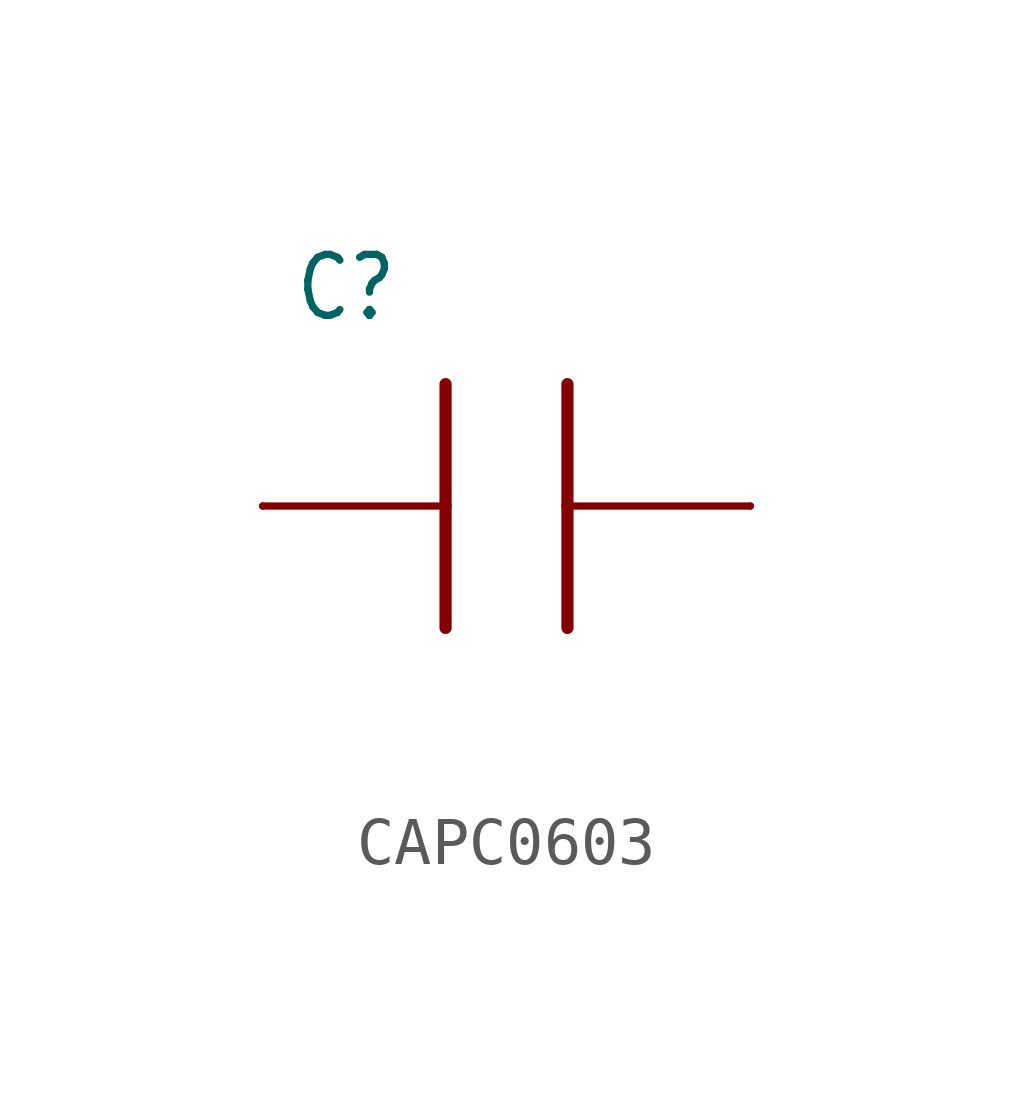
<source format=kicad_sym>
(kicad_symbol_lib
  (version 20231120)
  (generator "kicad_symbol_editor")
  (generator_version "8.0")
  (symbol "CAPC0603"
    (property "Reference" "C"
      (at -4.445 3.81 0)
      (effects (font (size 1.27 1.079)) (justify left bottom)))
    (property "Value" ""
      (at -5.08 -5.08 0)
      (effects (font (size 1.27 1.079)) (justify left bottom)))
    (property "ki_locked" ""
      (at 0 0 0)
      (effects (font (size 1.27 1.27))))
    (symbol "CAPC0603_1_0"
      (polyline (pts (xy -5.08 0) (xy -1.27 0)) (stroke (width 0.152) (type solid)) (fill (type none)))
      (polyline (pts (xy -1.27 0) (xy -1.27 -2.54)) (stroke (width 0.254) (type solid)) (fill (type none)))
      (polyline (pts (xy -1.27 2.54) (xy -1.27 0)) (stroke (width 0.254) (type solid)) (fill (type none)))
      (polyline (pts (xy 1.27 0) (xy 1.27 -2.54)) (stroke (width 0.254) (type solid)) (fill (type none)))
      (polyline (pts (xy 1.27 2.54) (xy 1.27 0)) (stroke (width 0.254) (type solid)) (fill (type none)))
      (polyline (pts (xy 5.08 0) (xy 1.27 0)) (stroke (width 0.152) (type solid)) (fill (type none)))
      (pin passive line (at -5.08 0 0) (length 0) (name "P$1" (effects (font (size 0 0)))) (number "P$1" (effects (font (size 0 0)))))
      (pin passive line (at 5.08 0 180) (length 0) (name "P$2" (effects (font (size 0 0)))) (number "P$2" (effects (font (size 0 0))))))))
</source>
